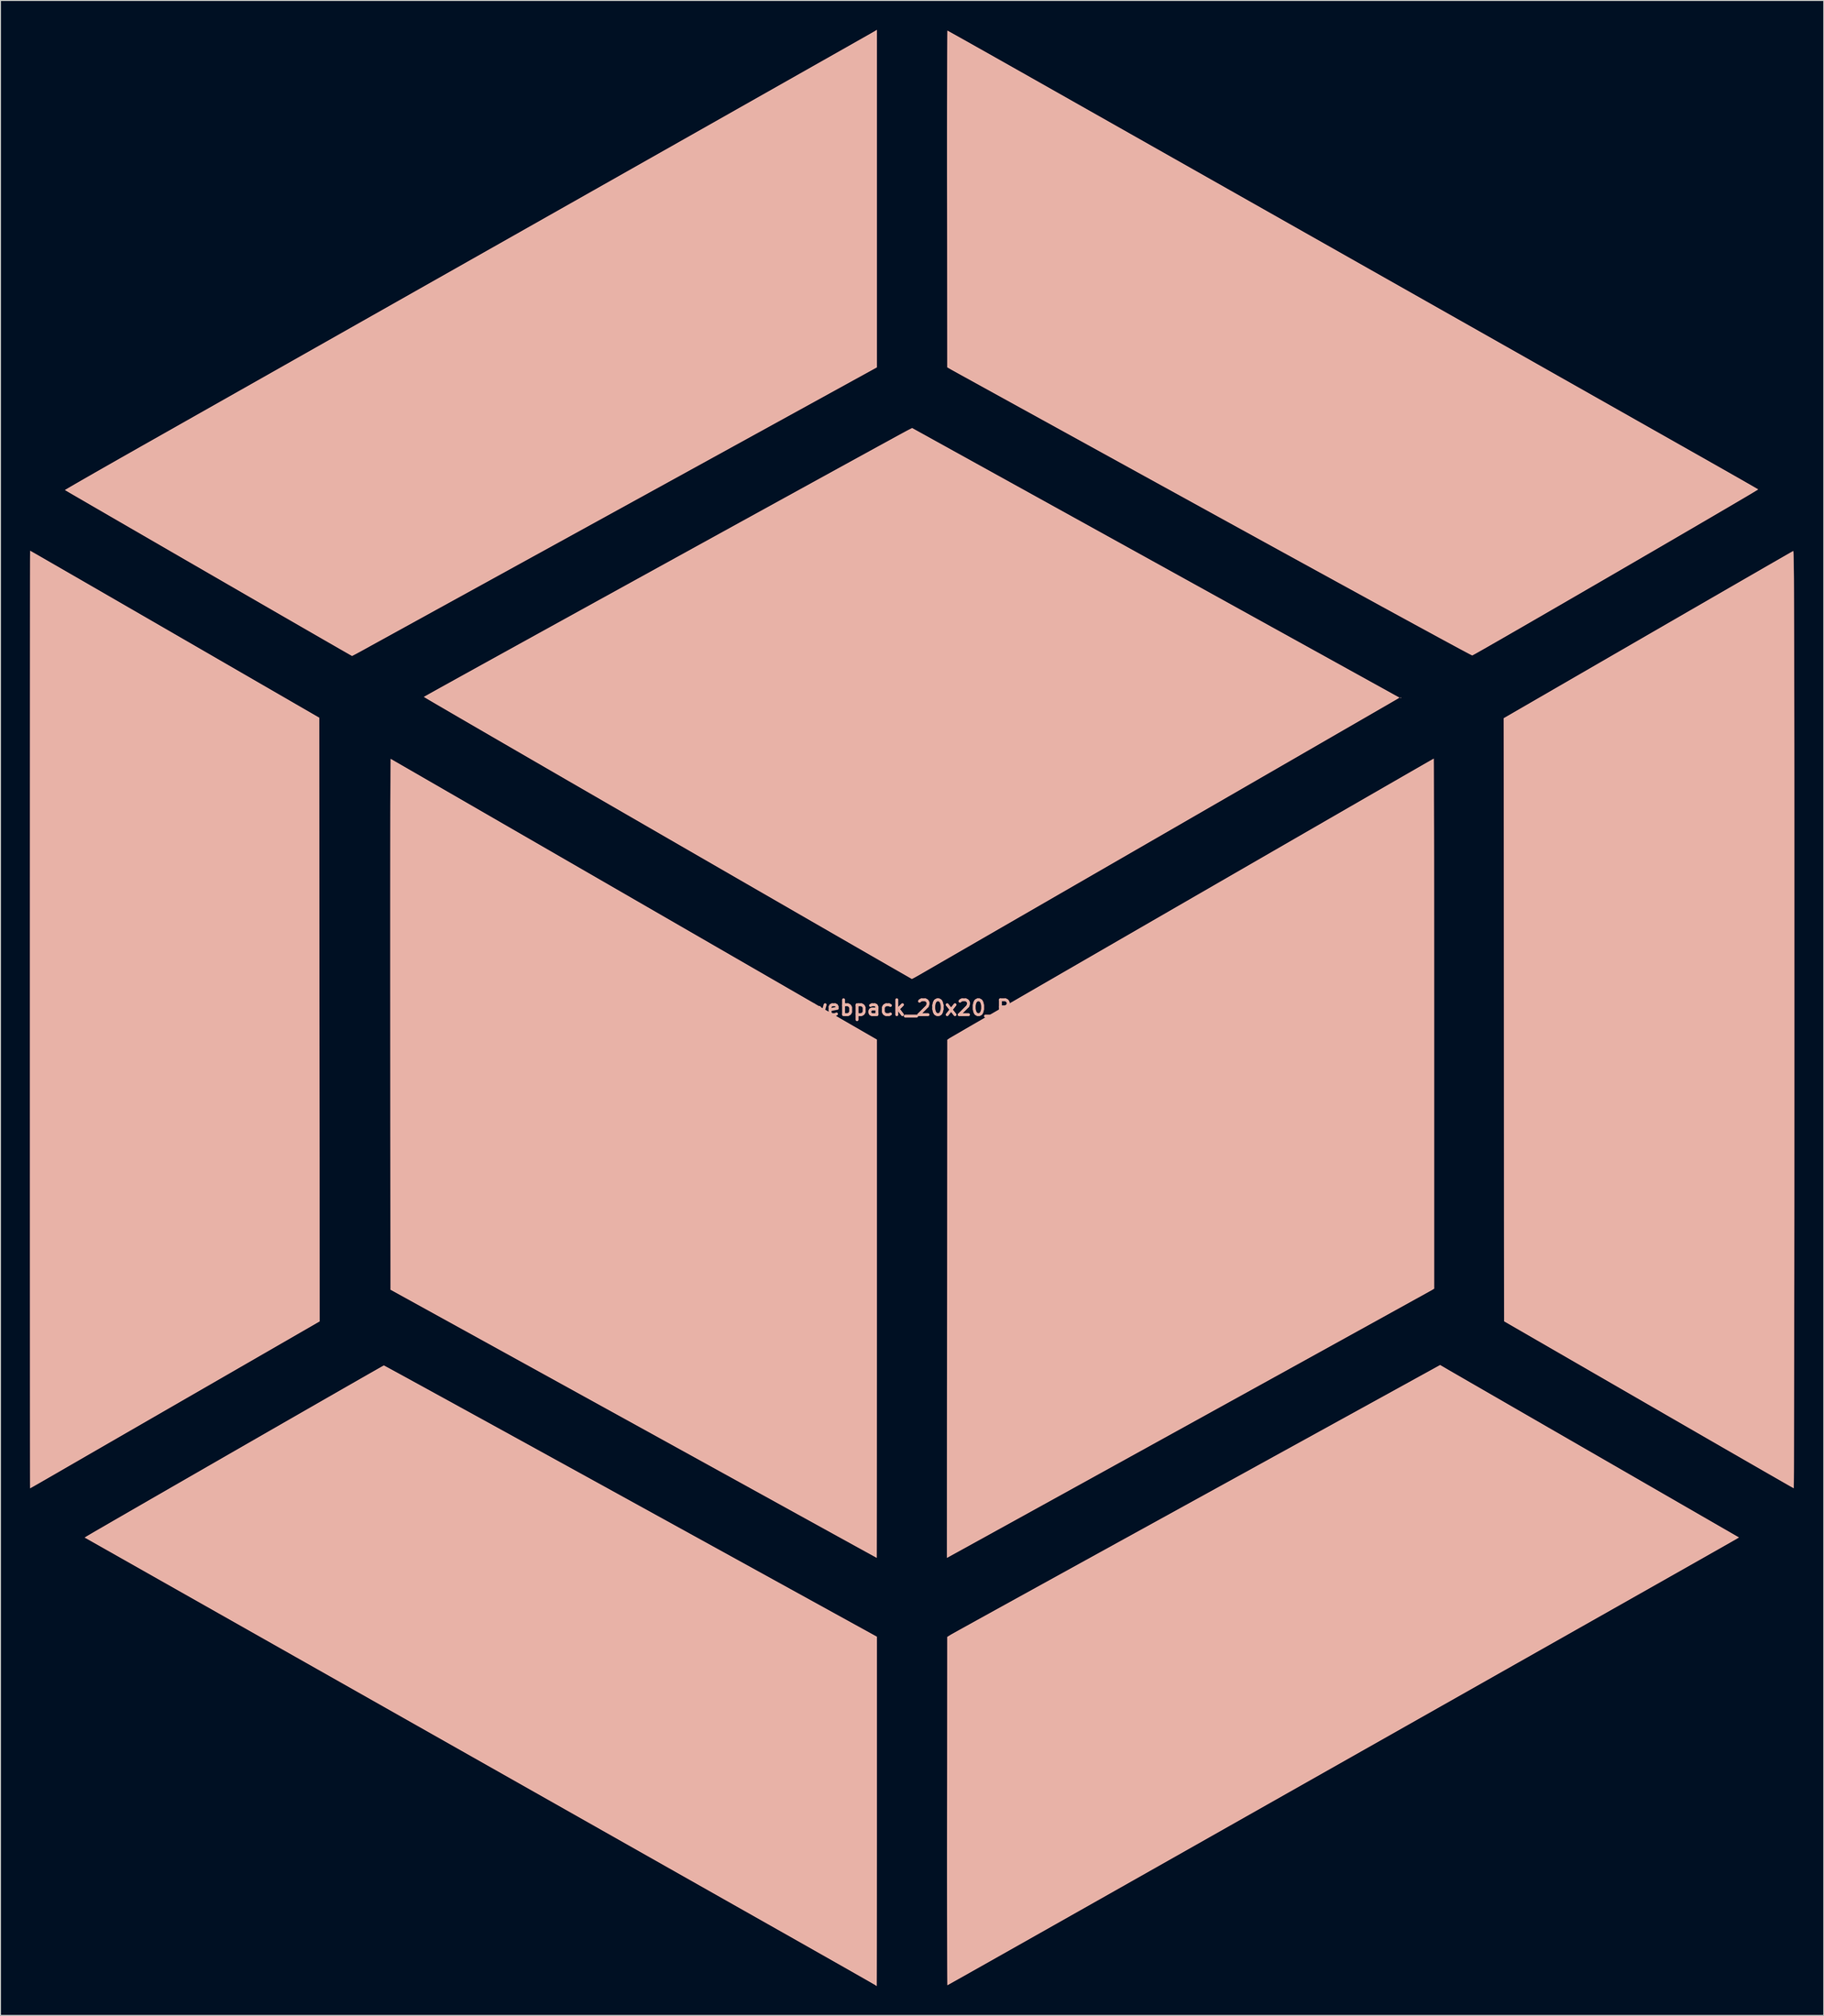
<source format=kicad_pcb>
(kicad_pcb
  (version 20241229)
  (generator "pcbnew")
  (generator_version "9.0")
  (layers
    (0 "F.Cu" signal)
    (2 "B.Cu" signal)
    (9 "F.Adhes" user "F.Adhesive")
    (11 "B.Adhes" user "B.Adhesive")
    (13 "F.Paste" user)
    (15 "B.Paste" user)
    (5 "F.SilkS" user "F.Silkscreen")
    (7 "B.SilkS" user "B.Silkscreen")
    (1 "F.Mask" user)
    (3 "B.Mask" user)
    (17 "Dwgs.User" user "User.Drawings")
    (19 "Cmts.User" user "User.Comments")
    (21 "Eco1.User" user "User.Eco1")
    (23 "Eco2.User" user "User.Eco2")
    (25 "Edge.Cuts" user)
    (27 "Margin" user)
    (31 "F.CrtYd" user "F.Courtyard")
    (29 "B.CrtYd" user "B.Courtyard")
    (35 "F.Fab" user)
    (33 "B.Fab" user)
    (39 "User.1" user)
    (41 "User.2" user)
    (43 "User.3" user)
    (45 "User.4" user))
  (footprint "webpack_20x20_B"
    (layer "F.Cu")
    (at 90.175 99.991)
    (property "Reference" "webpack_20x20_B" (at 0 0 0) (layer "B.SilkS") (effects (font (size 1.524 1.524) (thickness 0.3))))
    (attr through_hole)
    (fp_poly (pts (xy 50.038 -31.708) (xy 49.996 -31.665) (xy 49.953 -31.708) (xy 49.996 -31.75) (xy 50.038 -31.708)) (stroke (width 0.01) (type solid)) (fill yes) (layer "B.SilkS"))
    (fp_poly (pts (xy -53.199 -25.416) (xy -52.981 -25.29) (xy -52.626 -25.085) (xy -52.141 -24.805) (xy -51.53 -24.453) (xy -50.8 -24.032) (xy -49.955 -23.544) (xy -49.001 -22.994) (xy -47.943 -22.383) (xy -46.787 -21.716) (xy -45.538 -20.995) (xy -44.201 -20.223) (xy -42.781 -19.403) (xy -41.284 -18.539) (xy -39.716 -17.634) (xy -38.081 -16.691) (xy -36.385 -15.712) (xy -34.634 -14.701) (xy -32.832 -13.661) (xy -30.986 -12.595) (xy -29.099 -11.506) (xy -28.384 -11.093) (xy -3.556 3.239) (xy -3.556 29.729) (xy -3.556 31.836) (xy -3.556 33.899) (xy -3.557 35.911) (xy -3.557 37.866) (xy -3.558 39.758) (xy -3.558 41.581) (xy -3.559 43.327) (xy -3.56 44.991) (xy -3.561 46.566) (xy -3.562 48.046) (xy -3.563 49.424) (xy -3.564 50.694) (xy -3.566 51.849) (xy -3.567 52.883) (xy -3.568 53.79) (xy -3.57 54.563) (xy -3.571 55.196) (xy -3.573 55.683) (xy -3.575 56.016) (xy -3.576 56.19) (xy -3.577 56.216) (xy -3.652 56.176) (xy -3.867 56.058) (xy -4.212 55.869) (xy -4.679 55.612) (xy -5.257 55.294) (xy -5.94 54.918) (xy -6.717 54.49) (xy -7.58 54.015) (xy -8.519 53.497) (xy -9.526 52.941) (xy -10.592 52.354) (xy -11.708 51.738) (xy -12.785 51.144) (xy -13.819 50.573) (xy -14.988 49.928) (xy -16.279 49.216) (xy -17.678 48.444) (xy -19.172 47.62) (xy -20.748 46.751) (xy -22.391 45.844) (xy -24.09 44.908) (xy -25.829 43.948) (xy -27.597 42.973) (xy -29.38 41.99) (xy -31.164 41.007) (xy -32.935 40.03) (xy -34.682 39.067) (xy -36.389 38.125) (xy -37.634 37.439) (xy -53.298 28.803) (xy -53.319 1.654) (xy -53.32 -0.479) (xy -53.322 -2.567) (xy -53.322 -4.605) (xy -53.322 -6.587) (xy -53.322 -8.505) (xy -53.322 -10.354) (xy -53.321 -12.127) (xy -53.32 -13.818) (xy -53.318 -15.42) (xy -53.316 -16.928) (xy -53.314 -18.335) (xy -53.311 -19.635) (xy -53.309 -20.82) (xy -53.305 -21.886) (xy -53.302 -22.826) (xy -53.298 -23.633) (xy -53.294 -24.301) (xy -53.29 -24.823) (xy -53.285 -25.195) (xy -53.281 -25.408) (xy -53.277 -25.46) (xy -53.199 -25.416)) (stroke (width 0.01) (type solid)) (fill yes) (layer "B.SilkS"))
    (fp_poly (pts (xy -90.064 -46.694) (xy -89.849 -46.572) (xy -89.501 -46.373) (xy -89.028 -46.101) (xy -88.436 -45.76) (xy -87.731 -45.354) (xy -86.922 -44.888) (xy -86.015 -44.365) (xy -85.017 -43.789) (xy -83.934 -43.164) (xy -82.774 -42.495) (xy -81.544 -41.784) (xy -80.251 -41.037) (xy -78.901 -40.258) (xy -77.501 -39.449) (xy -76.059 -38.616) (xy -75.344 -38.202) (xy -60.579 -29.668) (xy -60.56 1.189) (xy -60.541 32.046) (xy -72.071 38.693) (xy -73.423 39.472) (xy -74.773 40.25) (xy -76.111 41.022) (xy -77.425 41.779) (xy -78.704 42.517) (xy -79.937 43.228) (xy -81.113 43.906) (xy -82.221 44.546) (xy -83.25 45.139) (xy -84.188 45.681) (xy -85.026 46.164) (xy -85.751 46.583) (xy -86.352 46.93) (xy -86.819 47.2) (xy -86.859 47.223) (xy -87.535 47.614) (xy -88.165 47.977) (xy -88.734 48.304) (xy -89.226 48.587) (xy -89.628 48.817) (xy -89.924 48.986) (xy -90.1 49.084) (xy -90.143 49.107) (xy -90.145 49.023) (xy -90.146 48.774) (xy -90.148 48.366) (xy -90.149 47.803) (xy -90.151 47.089) (xy -90.152 46.23) (xy -90.154 45.23) (xy -90.155 44.095) (xy -90.156 42.828) (xy -90.158 41.434) (xy -90.159 39.919) (xy -90.16 38.287) (xy -90.161 36.543) (xy -90.162 34.691) (xy -90.163 32.737) (xy -90.164 30.685) (xy -90.165 28.539) (xy -90.166 26.306) (xy -90.167 23.989) (xy -90.167 21.593) (xy -90.168 19.123) (xy -90.169 16.584) (xy -90.169 13.98) (xy -90.169 11.316) (xy -90.17 8.598) (xy -90.17 5.829) (xy -90.17 3.015) (xy -90.17 1.185) (xy -90.17 -1.656) (xy -90.17 -4.454) (xy -90.17 -7.205) (xy -90.169 -9.905) (xy -90.169 -12.547) (xy -90.168 -15.129) (xy -90.167 -17.644) (xy -90.167 -20.088) (xy -90.166 -22.456) (xy -90.165 -24.744) (xy -90.164 -26.946) (xy -90.163 -29.059) (xy -90.162 -31.076) (xy -90.161 -32.995) (xy -90.159 -34.808) (xy -90.158 -36.513) (xy -90.157 -38.104) (xy -90.155 -39.576) (xy -90.154 -40.925) (xy -90.152 -42.145) (xy -90.151 -43.233) (xy -90.149 -44.183) (xy -90.147 -44.991) (xy -90.146 -45.651) (xy -90.144 -46.16) (xy -90.142 -46.511) (xy -90.14 -46.701) (xy -90.139 -46.736) (xy -90.064 -46.694)) (stroke (width 0.01) (type solid)) (fill yes) (layer "B.SilkS"))
    (fp_poly (pts (xy 90.149 -46.692) (xy 90.157 -46.63) (xy 90.164 -46.518) (xy 90.171 -46.354) (xy 90.178 -46.133) (xy 90.185 -45.853) (xy 90.191 -45.508) (xy 90.196 -45.096) (xy 90.202 -44.612) (xy 90.207 -44.053) (xy 90.211 -43.415) (xy 90.216 -42.694) (xy 90.22 -41.887) (xy 90.224 -40.989) (xy 90.227 -39.997) (xy 90.231 -38.907) (xy 90.234 -37.715) (xy 90.237 -36.417) (xy 90.239 -35.011) (xy 90.241 -33.491) (xy 90.243 -31.854) (xy 90.245 -30.096) (xy 90.247 -28.214) (xy 90.249 -26.203) (xy 90.25 -24.061) (xy 90.251 -21.782) (xy 90.252 -19.364) (xy 90.253 -16.803) (xy 90.253 -14.094) (xy 90.254 -11.234) (xy 90.254 -8.219) (xy 90.254 -5.046) (xy 90.255 -1.71) (xy 90.255 1.176) (xy 90.255 4.017) (xy 90.254 6.816) (xy 90.254 9.568) (xy 90.253 12.267) (xy 90.252 14.91) (xy 90.251 17.491) (xy 90.25 20.007) (xy 90.248 22.451) (xy 90.246 24.819) (xy 90.245 27.107) (xy 90.242 29.31) (xy 90.24 31.423) (xy 90.238 33.44) (xy 90.236 35.359) (xy 90.233 37.172) (xy 90.23 38.877) (xy 90.227 40.468) (xy 90.224 41.941) (xy 90.221 43.289) (xy 90.218 44.51) (xy 90.215 45.598) (xy 90.212 46.548) (xy 90.208 47.356) (xy 90.205 48.017) (xy 90.201 48.525) (xy 90.197 48.877) (xy 90.194 49.067) (xy 90.191 49.102) (xy 90.113 49.06) (xy 89.894 48.937) (xy 89.544 48.738) (xy 89.067 48.465) (xy 88.472 48.124) (xy 87.764 47.719) (xy 86.952 47.252) (xy 86.042 46.729) (xy 85.041 46.153) (xy 83.956 45.528) (xy 82.793 44.859) (xy 81.561 44.149) (xy 80.265 43.402) (xy 78.914 42.622) (xy 77.513 41.814) (xy 76.069 40.981) (xy 75.353 40.568) (xy 60.579 32.038) (xy 60.558 1.21) (xy 60.536 -29.618) (xy 63.309 -31.222) (xy 65.599 -32.546) (xy 67.809 -33.824) (xy 69.935 -35.053) (xy 71.975 -36.233) (xy 73.926 -37.36) (xy 75.782 -38.433) (xy 77.542 -39.45) (xy 79.202 -40.409) (xy 80.759 -41.308) (xy 82.209 -42.145) (xy 83.548 -42.918) (xy 84.774 -43.626) (xy 85.883 -44.265) (xy 86.872 -44.835) (xy 87.737 -45.334) (xy 88.475 -45.758) (xy 89.082 -46.107) (xy 89.556 -46.379) (xy 89.892 -46.571) (xy 90.088 -46.682) (xy 90.141 -46.71) (xy 90.149 -46.692)) (stroke (width 0.01) (type solid)) (fill yes) (layer "B.SilkS"))
    (fp_poly (pts (xy -3.556 -65.488) (xy -29.104 -51.436) (xy -31.056 -50.363) (xy -32.977 -49.306) (xy -34.86 -48.27) (xy -36.7 -47.258) (xy -38.491 -46.273) (xy -40.228 -45.318) (xy -41.904 -44.395) (xy -43.515 -43.509) (xy -45.054 -42.662) (xy -46.516 -41.858) (xy -47.895 -41.1) (xy -49.185 -40.39) (xy -50.38 -39.732) (xy -51.476 -39.129) (xy -52.465 -38.585) (xy -53.343 -38.101) (xy -54.104 -37.683) (xy -54.742 -37.332) (xy -55.251 -37.051) (xy -55.625 -36.845) (xy -55.86 -36.716) (xy -55.917 -36.684) (xy -56.336 -36.454) (xy -56.701 -36.256) (xy -56.989 -36.103) (xy -57.173 -36.008) (xy -57.23 -35.984) (xy -57.307 -36.026) (xy -57.523 -36.148) (xy -57.872 -36.348) (xy -58.347 -36.62) (xy -58.94 -36.961) (xy -59.646 -37.366) (xy -60.455 -37.832) (xy -61.363 -38.355) (xy -62.362 -38.931) (xy -63.444 -39.555) (xy -64.603 -40.223) (xy -65.832 -40.933) (xy -67.124 -41.678) (xy -68.471 -42.457) (xy -69.868 -43.264) (xy -71.307 -44.095) (xy -71.911 -44.445) (xy -73.365 -45.285) (xy -74.78 -46.103) (xy -76.149 -46.895) (xy -77.464 -47.656) (xy -78.719 -48.382) (xy -79.908 -49.07) (xy -81.022 -49.715) (xy -82.055 -50.313) (xy -83.001 -50.861) (xy -83.851 -51.353) (xy -84.599 -51.787) (xy -85.239 -52.158) (xy -85.762 -52.462) (xy -86.163 -52.695) (xy -86.434 -52.854) (xy -86.568 -52.933) (xy -86.582 -52.941) (xy -86.515 -52.987) (xy -86.309 -53.111) (xy -85.974 -53.307) (xy -85.519 -53.571) (xy -84.953 -53.897) (xy -84.285 -54.28) (xy -83.525 -54.716) (xy -82.681 -55.197) (xy -81.762 -55.721) (xy -80.778 -56.28) (xy -79.738 -56.87) (xy -78.65 -57.487) (xy -78.086 -57.806) (xy -77.419 -58.183) (xy -76.611 -58.64) (xy -75.669 -59.173) (xy -74.599 -59.779) (xy -73.407 -60.453) (xy -72.1 -61.192) (xy -70.685 -61.993) (xy -69.168 -62.851) (xy -67.555 -63.763) (xy -65.854 -64.726) (xy -64.07 -65.735) (xy -62.21 -66.788) (xy -60.28 -67.879) (xy -58.288 -69.006) (xy -56.239 -70.166) (xy -54.139 -71.353) (xy -51.997 -72.565) (xy -49.817 -73.799) (xy -47.606 -75.049) (xy -45.372 -76.313) (xy -43.12 -77.587) (xy -40.857 -78.867) (xy -38.589 -80.15) (xy -37.042 -81.026) (xy -34.856 -82.262) (xy -32.706 -83.479) (xy -30.596 -84.672) (xy -28.531 -85.841) (xy -26.516 -86.981) (xy -24.555 -88.09) (xy -22.654 -89.166) (xy -20.817 -90.205) (xy -19.049 -91.206) (xy -17.355 -92.165) (xy -15.739 -93.079) (xy -14.207 -93.946) (xy -12.762 -94.764) (xy -11.411 -95.528) (xy -10.158 -96.238) (xy -9.007 -96.89) (xy -7.963 -97.48) (xy -7.031 -98.008) (xy -6.217 -98.469) (xy -5.524 -98.862) (xy -4.957 -99.183) (xy -4.522 -99.43) (xy -4.223 -99.599) (xy -4.065 -99.69) (xy -4.043 -99.702) (xy -3.556 -99.986) (xy -3.556 -65.488)) (stroke (width 0.01) (type solid)) (fill yes) (layer "B.SilkS"))
    (fp_poly (pts (xy -53.895 36.592) (xy -53.673 36.712) (xy -53.312 36.907) (xy -52.82 37.175) (xy -52.201 37.513) (xy -51.461 37.918) (xy -50.606 38.386) (xy -49.639 38.916) (xy -48.568 39.504) (xy -47.397 40.146) (xy -46.132 40.841) (xy -44.778 41.585) (xy -43.341 42.374) (xy -41.826 43.207) (xy -40.239 44.08) (xy -38.584 44.99) (xy -36.868 45.935) (xy -35.095 46.91) (xy -33.271 47.914) (xy -31.402 48.943) (xy -29.493 49.995) (xy -28.723 50.419) (xy -3.556 64.284) (xy -3.556 82.137) (xy -3.556 83.863) (xy -3.556 85.544) (xy -3.557 87.171) (xy -3.558 88.737) (xy -3.559 90.234) (xy -3.56 91.655) (xy -3.561 92.991) (xy -3.563 94.235) (xy -3.564 95.379) (xy -3.566 96.415) (xy -3.568 97.335) (xy -3.57 98.132) (xy -3.572 98.797) (xy -3.575 99.324) (xy -3.577 99.703) (xy -3.579 99.928) (xy -3.581 99.991) (xy -3.657 99.944) (xy -3.687 99.917) (xy -3.769 99.868) (xy -3.99 99.739) (xy -4.342 99.538) (xy -4.815 99.267) (xy -5.401 98.933) (xy -6.093 98.539) (xy -6.88 98.092) (xy -7.756 97.595) (xy -8.71 97.054) (xy -9.735 96.473) (xy -10.823 95.857) (xy -11.963 95.211) (xy -13.149 94.54) (xy -13.843 94.148) (xy -15.186 93.389) (xy -16.655 92.558) (xy -18.232 91.667) (xy -19.894 90.727) (xy -21.623 89.749) (xy -23.397 88.746) (xy -25.196 87.729) (xy -27 86.708) (xy -28.788 85.697) (xy -30.541 84.706) (xy -32.237 83.746) (xy -33.857 82.83) (xy -35.379 81.969) (xy -35.475 81.914) (xy -37.172 80.954) (xy -38.987 79.928) (xy -40.908 78.841) (xy -42.921 77.702) (xy -45.014 76.518) (xy -47.172 75.297) (xy -49.384 74.046) (xy -51.636 72.772) (xy -53.914 71.483) (xy -56.207 70.186) (xy -58.499 68.889) (xy -60.78 67.599) (xy -63.035 66.324) (xy -65.251 65.07) (xy -67.415 63.846) (xy -69.514 62.658) (xy -71.535 61.515) (xy -73.465 60.423) (xy -75.291 59.39) (xy -77 58.424) (xy -78.578 57.531) (xy -79.007 57.288) (xy -84.565 54.144) (xy -84.341 54.004) (xy -84.199 53.92) (xy -83.924 53.758) (xy -83.522 53.524) (xy -83.002 53.222) (xy -82.372 52.858) (xy -81.642 52.435) (xy -80.818 51.96) (xy -79.91 51.436) (xy -78.926 50.869) (xy -77.874 50.262) (xy -76.763 49.622) (xy -75.601 48.953) (xy -74.395 48.259) (xy -73.156 47.546) (xy -71.89 46.818) (xy -70.607 46.08) (xy -69.315 45.337) (xy -68.021 44.594) (xy -66.735 43.855) (xy -65.465 43.125) (xy -64.219 42.41) (xy -63.005 41.713) (xy -61.832 41.04) (xy -60.708 40.395) (xy -59.642 39.784) (xy -58.642 39.211) (xy -57.716 38.68) (xy -56.872 38.198) (xy -56.119 37.767) (xy -55.466 37.394) (xy -54.92 37.083) (xy -54.49 36.839) (xy -54.185 36.667) (xy -54.012 36.571) (xy -53.975 36.552) (xy -53.895 36.592)) (stroke (width 0.01) (type solid)) (fill yes) (layer "B.SilkS"))
    (fp_poly (pts (xy 53.384 -25.401) (xy 53.387 -25.154) (xy 53.391 -24.751) (xy 53.394 -24.198) (xy 53.397 -23.5) (xy 53.4 -22.665) (xy 53.403 -21.698) (xy 53.406 -20.607) (xy 53.408 -19.397) (xy 53.411 -18.074) (xy 53.413 -16.646) (xy 53.415 -15.118) (xy 53.417 -13.496) (xy 53.419 -11.788) (xy 53.42 -9.999) (xy 53.422 -8.136) (xy 53.423 -6.205) (xy 53.424 -4.212) (xy 53.424 -2.164) (xy 53.425 -0.067) (xy 53.425 1.607) (xy 53.425 28.698) (xy 53.234 28.819) (xy 53.151 28.866) (xy 52.927 28.99) (xy 52.568 29.189) (xy 52.081 29.459) (xy 51.472 29.795) (xy 50.749 30.195) (xy 49.918 30.655) (xy 48.985 31.17) (xy 47.958 31.738) (xy 46.842 32.355) (xy 45.644 33.016) (xy 44.372 33.719) (xy 43.031 34.46) (xy 41.628 35.235) (xy 40.17 36.04) (xy 38.664 36.872) (xy 37.116 37.727) (xy 35.532 38.601) (xy 33.92 39.492) (xy 32.285 40.394) (xy 30.635 41.305) (xy 28.977 42.221) (xy 27.316 43.138) (xy 25.659 44.052) (xy 24.014 44.961) (xy 22.386 45.859) (xy 20.782 46.745) (xy 19.209 47.613) (xy 17.674 48.46) (xy 16.183 49.283) (xy 14.743 50.078) (xy 13.36 50.841) (xy 12.041 51.569) (xy 10.792 52.258) (xy 9.621 52.904) (xy 8.533 53.504) (xy 7.536 54.054) (xy 6.636 54.55) (xy 5.84 54.989) (xy 5.154 55.367) (xy 4.585 55.681) (xy 4.139 55.926) (xy 3.824 56.099) (xy 3.645 56.197) (xy 3.605 56.219) (xy 3.605 56.135) (xy 3.604 55.889) (xy 3.604 55.486) (xy 3.604 54.932) (xy 3.604 54.236) (xy 3.604 53.401) (xy 3.605 52.436) (xy 3.605 51.347) (xy 3.606 50.139) (xy 3.606 48.82) (xy 3.607 47.396) (xy 3.608 45.873) (xy 3.609 44.257) (xy 3.61 42.555) (xy 3.611 40.774) (xy 3.612 38.92) (xy 3.614 36.998) (xy 3.615 35.017) (xy 3.616 32.981) (xy 3.618 30.898) (xy 3.619 29.739) (xy 3.64 3.26) (xy 3.831 3.123) (xy 3.919 3.07) (xy 4.147 2.936) (xy 4.508 2.726) (xy 4.996 2.443) (xy 5.603 2.09) (xy 6.324 1.672) (xy 7.152 1.193) (xy 8.08 0.655) (xy 9.102 0.064) (xy 10.211 -0.578) (xy 11.401 -1.266) (xy 12.666 -1.997) (xy 13.998 -2.767) (xy 15.391 -3.573) (xy 16.84 -4.41) (xy 18.336 -5.274) (xy 19.874 -6.163) (xy 21.447 -7.072) (xy 23.049 -7.997) (xy 24.673 -8.935) (xy 26.313 -9.882) (xy 27.961 -10.834) (xy 29.612 -11.787) (xy 31.259 -12.738) (xy 32.896 -13.683) (xy 34.516 -14.617) (xy 36.112 -15.539) (xy 37.678 -16.442) (xy 39.207 -17.325) (xy 40.694 -18.182) (xy 42.13 -19.011) (xy 43.511 -19.807) (xy 44.829 -20.567) (xy 46.077 -21.287) (xy 47.25 -21.963) (xy 48.341 -22.591) (xy 49.343 -23.168) (xy 50.25 -23.69) (xy 51.054 -24.153) (xy 51.751 -24.553) (xy 52.332 -24.887) (xy 52.793 -25.151) (xy 53.125 -25.341) (xy 53.323 -25.453) (xy 53.381 -25.485) (xy 53.384 -25.401)) (stroke (width 0.01) (type solid)) (fill yes) (layer "B.SilkS"))
    (fp_poly (pts (xy 54.936 37.033) (xy 55.1 37.128) (xy 55.403 37.303) (xy 55.838 37.554) (xy 56.397 37.877) (xy 57.072 38.267) (xy 57.855 38.719) (xy 58.74 39.229) (xy 59.718 39.793) (xy 60.782 40.407) (xy 61.923 41.066) (xy 63.136 41.765) (xy 64.411 42.501) (xy 65.742 43.268) (xy 67.121 44.063) (xy 68.539 44.881) (xy 69.99 45.717) (xy 70.212 45.845) (xy 84.587 54.133) (xy 84.352 54.279) (xy 84.253 54.336) (xy 84.014 54.472) (xy 83.645 54.683) (xy 83.152 54.962) (xy 82.544 55.307) (xy 81.829 55.713) (xy 81.015 56.174) (xy 80.11 56.687) (xy 79.123 57.246) (xy 78.061 57.847) (xy 76.932 58.486) (xy 75.745 59.158) (xy 74.507 59.858) (xy 73.227 60.582) (xy 72.517 60.984) (xy 71.568 61.52) (xy 70.48 62.136) (xy 69.261 62.825) (xy 67.918 63.584) (xy 66.461 64.409) (xy 64.897 65.293) (xy 63.234 66.234) (xy 61.481 67.225) (xy 59.645 68.264) (xy 57.734 69.345) (xy 55.758 70.463) (xy 53.723 71.614) (xy 51.638 72.793) (xy 49.511 73.996) (xy 47.351 75.218) (xy 45.164 76.455) (xy 42.96 77.702) (xy 40.746 78.954) (xy 38.531 80.207) (xy 36.323 81.456) (xy 34.129 82.697) (xy 32.313 83.725) (xy 30.268 84.882) (xy 28.261 86.017) (xy 26.296 87.128) (xy 24.378 88.213) (xy 22.513 89.267) (xy 20.706 90.289) (xy 18.961 91.275) (xy 17.284 92.222) (xy 15.679 93.129) (xy 14.153 93.991) (xy 12.708 94.807) (xy 11.352 95.573) (xy 10.088 96.286) (xy 8.922 96.944) (xy 7.859 97.544) (xy 6.903 98.083) (xy 6.061 98.557) (xy 5.336 98.966) (xy 4.734 99.304) (xy 4.259 99.57) (xy 3.918 99.761) (xy 3.715 99.874) (xy 3.654 99.907) (xy 3.648 99.823) (xy 3.643 99.578) (xy 3.639 99.18) (xy 3.634 98.635) (xy 3.63 97.953) (xy 3.627 97.14) (xy 3.624 96.205) (xy 3.621 95.155) (xy 3.618 93.998) (xy 3.616 92.743) (xy 3.615 91.396) (xy 3.614 89.966) (xy 3.613 88.46) (xy 3.613 86.887) (xy 3.614 85.254) (xy 3.615 83.569) (xy 3.616 82.106) (xy 3.633 64.304) (xy 3.997 64.078) (xy 4.1 64.019) (xy 4.346 63.882) (xy 4.728 63.669) (xy 5.241 63.385) (xy 5.879 63.032) (xy 6.635 62.613) (xy 7.505 62.133) (xy 8.483 61.593) (xy 9.561 60.998) (xy 10.736 60.35) (xy 12 59.653) (xy 13.347 58.91) (xy 14.773 58.124) (xy 16.271 57.298) (xy 17.835 56.436) (xy 19.459 55.542) (xy 21.137 54.617) (xy 22.865 53.666) (xy 24.635 52.691) (xy 26.441 51.697) (xy 26.543 51.641) (xy 28.38 50.629) (xy 30.195 49.63) (xy 31.981 48.647) (xy 33.732 47.684) (xy 35.44 46.743) (xy 37.098 45.83) (xy 38.701 44.948) (xy 40.242 44.1) (xy 41.713 43.29) (xy 43.108 42.522) (xy 44.421 41.799) (xy 45.645 41.126) (xy 46.772 40.505) (xy 47.797 39.941) (xy 48.713 39.437) (xy 49.513 38.997) (xy 50.189 38.624) (xy 50.737 38.323) (xy 51.148 38.096) (xy 51.38 37.968) (xy 54.034 36.507) (xy 54.936 37.033)) (stroke (width 0.01) (type solid)) (fill yes) (layer "B.SilkS"))
    (fp_poly (pts (xy 13.04 -52.093) (xy 14.663 -51.195) (xy 16.395 -50.237) (xy 18.216 -49.23) (xy 20.105 -48.185) (xy 22.044 -47.113) (xy 24.01 -46.025) (xy 25.985 -44.933) (xy 27.947 -43.847) (xy 29.877 -42.78) (xy 31.755 -41.741) (xy 33.559 -40.743) (xy 35.271 -39.796) (xy 36.87 -38.912) (xy 37.955 -38.312) (xy 49.874 -31.72) (xy 49.639 -31.575) (xy 49.547 -31.522) (xy 49.315 -31.388) (xy 48.947 -31.175) (xy 48.45 -30.887) (xy 47.827 -30.527) (xy 47.086 -30.099) (xy 46.231 -29.605) (xy 45.268 -29.049) (xy 44.203 -28.434) (xy 43.041 -27.764) (xy 41.788 -27.04) (xy 40.449 -26.267) (xy 39.03 -25.448) (xy 37.536 -24.586) (xy 35.973 -23.684) (xy 34.346 -22.745) (xy 32.662 -21.773) (xy 30.925 -20.771) (xy 29.14 -19.742) (xy 27.315 -18.688) (xy 25.739 -17.779) (xy 23.873 -16.703) (xy 22.04 -15.645) (xy 20.246 -14.61) (xy 18.495 -13.6) (xy 16.794 -12.618) (xy 15.148 -11.669) (xy 13.564 -10.755) (xy 12.047 -9.879) (xy 10.603 -9.046) (xy 9.237 -8.258) (xy 7.956 -7.519) (xy 6.765 -6.831) (xy 5.67 -6.199) (xy 4.677 -5.626) (xy 3.792 -5.115) (xy 3.019 -4.669) (xy 2.366 -4.292) (xy 1.838 -3.987) (xy 1.44 -3.757) (xy 1.179 -3.606) (xy 1.074 -3.545) (xy 0.705 -3.333) (xy 0.389 -3.156) (xy 0.153 -3.029) (xy 0.028 -2.968) (xy 0.016 -2.965) (xy -0.061 -3.007) (xy -0.279 -3.131) (xy -0.633 -3.333) (xy -1.118 -3.611) (xy -1.728 -3.961) (xy -2.458 -4.38) (xy -3.303 -4.866) (xy -4.257 -5.414) (xy -5.314 -6.023) (xy -6.471 -6.689) (xy -7.72 -7.408) (xy -9.057 -8.179) (xy -10.477 -8.997) (xy -11.974 -9.86) (xy -13.543 -10.765) (xy -15.179 -11.708) (xy -16.876 -12.686) (xy -18.628 -13.697) (xy -20.431 -14.738) (xy -22.279 -15.804) (xy -24.167 -16.894) (xy -24.96 -17.351) (xy -26.862 -18.45) (xy -28.727 -19.527) (xy -30.548 -20.579) (xy -32.321 -21.604) (xy -34.04 -22.597) (xy -35.7 -23.557) (xy -37.295 -24.48) (xy -38.821 -25.363) (xy -40.271 -26.203) (xy -41.64 -26.996) (xy -42.924 -27.74) (xy -44.117 -28.432) (xy -45.213 -29.068) (xy -46.207 -29.645) (xy -47.094 -30.161) (xy -47.868 -30.612) (xy -48.525 -30.995) (xy -49.058 -31.307) (xy -49.463 -31.545) (xy -49.734 -31.706) (xy -49.867 -31.787) (xy -49.879 -31.796) (xy -49.806 -31.84) (xy -49.591 -31.962) (xy -49.242 -32.158) (xy -48.763 -32.424) (xy -48.163 -32.758) (xy -47.448 -33.154) (xy -46.623 -33.611) (xy -45.697 -34.124) (xy -44.676 -34.688) (xy -43.566 -35.302) (xy -42.373 -35.961) (xy -41.105 -36.661) (xy -39.769 -37.399) (xy -38.37 -38.171) (xy -36.915 -38.974) (xy -35.411 -39.803) (xy -33.866 -40.655) (xy -32.284 -41.528) (xy -30.673 -42.415) (xy -29.04 -43.316) (xy -27.391 -44.224) (xy -25.732 -45.138) (xy -24.071 -46.053) (xy -22.414 -46.966) (xy -20.768 -47.872) (xy -19.139 -48.769) (xy -17.534 -49.653) (xy -15.959 -50.519) (xy -14.422 -51.365) (xy -12.928 -52.187) (xy -11.485 -52.98) (xy -10.099 -53.743) (xy -8.776 -54.47) (xy -7.524 -55.158) (xy -6.349 -55.803) (xy -5.257 -56.402) (xy -4.255 -56.952) (xy -3.351 -57.448) (xy -2.549 -57.887) (xy -1.858 -58.265) (xy -1.283 -58.579) (xy -0.832 -58.824) (xy -0.51 -58.998) (xy -0.325 -59.096) (xy -0.295 -59.112) (xy 0.044 -59.281) (xy 13.04 -52.093)) (stroke (width 0.01) (type solid)) (fill yes) (layer "B.SilkS"))
    (fp_poly (pts (xy 3.734 -99.866) (xy 3.951 -99.746) (xy 4.299 -99.553) (xy 4.768 -99.291) (xy 5.349 -98.966) (xy 6.034 -98.581) (xy 6.814 -98.142) (xy 7.68 -97.655) (xy 8.624 -97.123) (xy 9.636 -96.551) (xy 10.709 -95.946) (xy 11.833 -95.311) (xy 12.999 -94.651) (xy 13.264 -94.501) (xy 14.088 -94.035) (xy 15.05 -93.491) (xy 16.144 -92.872) (xy 17.361 -92.183) (xy 18.693 -91.43) (xy 20.132 -90.616) (xy 21.669 -89.746) (xy 23.297 -88.825) (xy 25.007 -87.857) (xy 26.792 -86.847) (xy 28.643 -85.8) (xy 30.552 -84.72) (xy 32.511 -83.612) (xy 34.512 -82.48) (xy 36.547 -81.329) (xy 38.607 -80.163) (xy 40.685 -78.987) (xy 42.773 -77.807) (xy 44.861 -76.625) (xy 46.943 -75.447) (xy 48.98 -74.295) (xy 50.999 -73.153) (xy 53.011 -72.014) (xy 55.008 -70.884) (xy 56.984 -69.767) (xy 58.932 -68.665) (xy 60.844 -67.583) (xy 62.715 -66.525) (xy 64.536 -65.494) (xy 66.302 -64.495) (xy 68.005 -63.532) (xy 69.639 -62.607) (xy 71.196 -61.726) (xy 72.671 -60.892) (xy 74.055 -60.109) (xy 75.342 -59.38) (xy 76.526 -58.711) (xy 77.599 -58.104) (xy 78.555 -57.563) (xy 79.386 -57.093) (xy 80.086 -56.697) (xy 80.648 -56.379) (xy 80.814 -56.285) (xy 81.716 -55.774) (xy 82.576 -55.286) (xy 83.382 -54.829) (xy 84.122 -54.408) (xy 84.785 -54.03) (xy 85.36 -53.701) (xy 85.836 -53.429) (xy 86.2 -53.219) (xy 86.442 -53.078) (xy 86.55 -53.012) (xy 86.554 -53.009) (xy 86.487 -52.963) (xy 86.282 -52.836) (xy 85.947 -52.635) (xy 85.491 -52.364) (xy 84.922 -52.028) (xy 84.249 -51.632) (xy 83.48 -51.181) (xy 82.623 -50.679) (xy 81.687 -50.132) (xy 80.681 -49.544) (xy 79.613 -48.921) (xy 78.491 -48.267) (xy 77.324 -47.587) (xy 76.12 -46.886) (xy 74.887 -46.17) (xy 73.635 -45.442) (xy 72.372 -44.708) (xy 71.106 -43.973) (xy 69.845 -43.242) (xy 68.598 -42.519) (xy 67.374 -41.81) (xy 66.181 -41.119) (xy 65.026 -40.451) (xy 63.92 -39.812) (xy 62.87 -39.205) (xy 61.885 -38.637) (xy 60.973 -38.112) (xy 60.142 -37.634) (xy 59.402 -37.209) (xy 58.76 -36.842) (xy 58.225 -36.538) (xy 57.806 -36.301) (xy 57.51 -36.136) (xy 57.347 -36.048) (xy 57.319 -36.036) (xy 57.236 -36.073) (xy 57.01 -36.189) (xy 56.646 -36.381) (xy 56.149 -36.647) (xy 55.524 -36.983) (xy 54.777 -37.387) (xy 53.912 -37.856) (xy 52.935 -38.387) (xy 51.851 -38.977) (xy 50.664 -39.624) (xy 49.381 -40.324) (xy 48.006 -41.075) (xy 46.545 -41.875) (xy 45.002 -42.72) (xy 43.382 -43.607) (xy 41.692 -44.534) (xy 39.935 -45.498) (xy 38.117 -46.495) (xy 36.244 -47.524) (xy 34.32 -48.582) (xy 32.35 -49.665) (xy 30.776 -50.531) (xy 28.802 -51.618) (xy 26.864 -52.685) (xy 24.967 -53.728) (xy 23.118 -54.746) (xy 21.321 -55.736) (xy 19.582 -56.693) (xy 17.906 -57.616) (xy 16.299 -58.5) (xy 14.766 -59.345) (xy 13.311 -60.146) (xy 11.942 -60.9) (xy 10.662 -61.604) (xy 9.478 -62.257) (xy 8.395 -62.854) (xy 7.417 -63.392) (xy 6.551 -63.87) (xy 5.802 -64.283) (xy 5.175 -64.628) (xy 4.675 -64.904) (xy 4.308 -65.107) (xy 4.08 -65.233) (xy 3.997 -65.28) (xy 3.633 -65.49) (xy 3.616 -82.698) (xy 3.614 -84.392) (xy 3.613 -86.041) (xy 3.613 -87.635) (xy 3.613 -89.169) (xy 3.614 -90.633) (xy 3.615 -92.019) (xy 3.617 -93.321) (xy 3.619 -94.529) (xy 3.622 -95.635) (xy 3.625 -96.633) (xy 3.628 -97.513) (xy 3.632 -98.269) (xy 3.636 -98.891) (xy 3.641 -99.372) (xy 3.646 -99.704) (xy 3.651 -99.88) (xy 3.654 -99.907) (xy 3.734 -99.866)) (stroke (width 0.01) (type solid)) (fill yes) (layer "B.SilkS")))
  (gr_rect
    (start -3 -3)
    (end 183.435 202.987)
    (stroke (width 0.1) (type default))
    (fill no)
    (layer "Edge.Cuts")))
</source>
